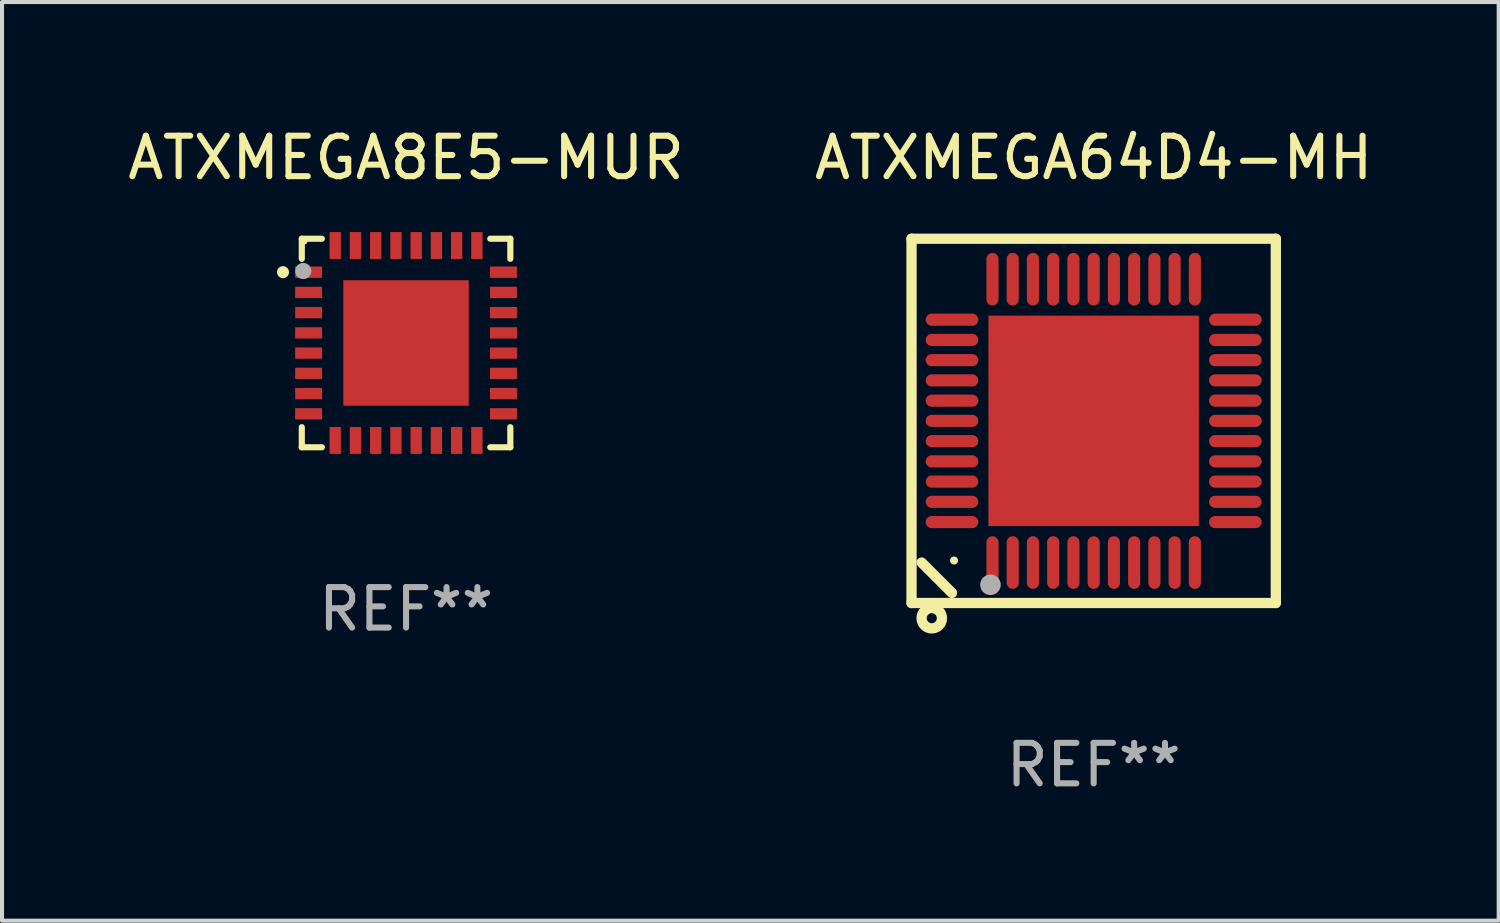
<source format=kicad_pcb>
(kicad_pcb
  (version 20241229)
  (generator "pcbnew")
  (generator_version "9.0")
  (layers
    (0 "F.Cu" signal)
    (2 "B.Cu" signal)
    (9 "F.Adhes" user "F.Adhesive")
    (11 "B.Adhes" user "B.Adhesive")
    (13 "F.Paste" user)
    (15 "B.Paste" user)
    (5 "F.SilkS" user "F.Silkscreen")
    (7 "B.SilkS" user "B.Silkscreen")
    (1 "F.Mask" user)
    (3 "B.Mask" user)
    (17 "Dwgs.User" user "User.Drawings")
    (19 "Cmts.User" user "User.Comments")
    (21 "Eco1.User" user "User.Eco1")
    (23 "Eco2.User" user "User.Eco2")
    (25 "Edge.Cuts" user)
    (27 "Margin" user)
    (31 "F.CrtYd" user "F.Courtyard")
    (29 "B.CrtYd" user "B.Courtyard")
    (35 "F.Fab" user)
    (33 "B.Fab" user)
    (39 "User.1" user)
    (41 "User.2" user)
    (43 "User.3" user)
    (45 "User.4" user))
  (footprint "ATXMEGA8E5-MUR"
    (layer "F.Cu")
    (at 6.982 5.424)
    (property "Reference" "ATXMEGA8E5-MUR" (at 0 -4.576 0) (layer "F.SilkS") (effects (font (size 1 1) (thickness 0.15))))
    (attr through_hole)
    (fp_line (start -2.576 -2.576) (end -2.576 -2.08) (stroke (width 0.152) (type solid)) (layer "F.SilkS"))
    (fp_line (start -2.576 2.576) (end -2.576 2.08) (stroke (width 0.152) (type solid)) (layer "F.SilkS"))
    (fp_line (start -2.08 -2.576) (end -2.576 -2.576) (stroke (width 0.152) (type solid)) (layer "F.SilkS"))
    (fp_line (start -2.08 2.576) (end -2.576 2.576) (stroke (width 0.152) (type solid)) (layer "F.SilkS"))
    (fp_line (start 2.08 -2.576) (end 2.576 -2.576) (stroke (width 0.152) (type solid)) (layer "F.SilkS"))
    (fp_line (start 2.08 2.576) (end 2.576 2.576) (stroke (width 0.152) (type solid)) (layer "F.SilkS"))
    (fp_line (start 2.576 -2.576) (end 2.576 -2.08) (stroke (width 0.152) (type solid)) (layer "F.SilkS"))
    (fp_line (start 2.576 2.576) (end 2.576 2.08) (stroke (width 0.152) (type solid)) (layer "F.SilkS"))
    (fp_circle (center -3.04 -1.75) (end -2.965 -1.75) (stroke (width 0.15) (type solid)) (fill no) (layer "F.SilkS"))
    (fp_circle (center -2.5 -2.5) (end -2.47 -2.5) (stroke (width 0.06) (type solid)) (fill no) (layer "F.SilkS"))
    (fp_circle (center -2.54 -1.778) (end -2.44 -1.778) (stroke (width 0.2) (type solid)) (fill no) (layer "F.Fab"))
    (fp_text user "REF**" (at 0 6.576 0) (layer "F.Fab") (effects (font (size 1 1) (thickness 0.15))))
    (pad "1" smd rect (at -2.407 -1.75) (size 0.665 0.28) (layers "F.Cu" "F.Mask" "F.Paste"))
    (pad "2" smd rect (at -2.407 -1.25) (size 0.665 0.28) (layers "F.Cu" "F.Mask" "F.Paste"))
    (pad "3" smd rect (at -2.407 -0.75) (size 0.665 0.28) (layers "F.Cu" "F.Mask" "F.Paste"))
    (pad "4" smd rect (at -2.407 -0.25) (size 0.665 0.28) (layers "F.Cu" "F.Mask" "F.Paste"))
    (pad "5" smd rect (at -2.407 0.25) (size 0.665 0.28) (layers "F.Cu" "F.Mask" "F.Paste"))
    (pad "6" smd rect (at -2.407 0.75) (size 0.665 0.28) (layers "F.Cu" "F.Mask" "F.Paste"))
    (pad "7" smd rect (at -2.407 1.25) (size 0.665 0.28) (layers "F.Cu" "F.Mask" "F.Paste"))
    (pad "8" smd rect (at -2.407 1.75) (size 0.665 0.28) (layers "F.Cu" "F.Mask" "F.Paste"))
    (pad "9" smd rect (at -1.75 2.407) (size 0.28 0.665) (layers "F.Cu" "F.Mask" "F.Paste"))
    (pad "10" smd rect (at -1.25 2.407) (size 0.28 0.665) (layers "F.Cu" "F.Mask" "F.Paste"))
    (pad "11" smd rect (at -0.75 2.407) (size 0.28 0.665) (layers "F.Cu" "F.Mask" "F.Paste"))
    (pad "12" smd rect (at -0.25 2.407) (size 0.28 0.665) (layers "F.Cu" "F.Mask" "F.Paste"))
    (pad "13" smd rect (at 0.25 2.407) (size 0.28 0.665) (layers "F.Cu" "F.Mask" "F.Paste"))
    (pad "14" smd rect (at 0.75 2.407) (size 0.28 0.665) (layers "F.Cu" "F.Mask" "F.Paste"))
    (pad "15" smd rect (at 1.25 2.407) (size 0.28 0.665) (layers "F.Cu" "F.Mask" "F.Paste"))
    (pad "16" smd rect (at 1.75 2.407) (size 0.28 0.665) (layers "F.Cu" "F.Mask" "F.Paste"))
    (pad "17" smd rect (at 2.407 1.75) (size 0.665 0.28) (layers "F.Cu" "F.Mask" "F.Paste"))
    (pad "18" smd rect (at 2.407 1.25) (size 0.665 0.28) (layers "F.Cu" "F.Mask" "F.Paste"))
    (pad "19" smd rect (at 2.407 0.75) (size 0.665 0.28) (layers "F.Cu" "F.Mask" "F.Paste"))
    (pad "20" smd rect (at 2.407 0.25) (size 0.665 0.28) (layers "F.Cu" "F.Mask" "F.Paste"))
    (pad "21" smd rect (at 2.407 -0.25) (size 0.665 0.28) (layers "F.Cu" "F.Mask" "F.Paste"))
    (pad "22" smd rect (at 2.407 -0.75) (size 0.665 0.28) (layers "F.Cu" "F.Mask" "F.Paste"))
    (pad "23" smd rect (at 2.407 -1.25) (size 0.665 0.28) (layers "F.Cu" "F.Mask" "F.Paste"))
    (pad "24" smd rect (at 2.407 -1.75) (size 0.665 0.28) (layers "F.Cu" "F.Mask" "F.Paste"))
    (pad "25" smd rect (at 1.75 -2.408) (size 0.28 0.665) (layers "F.Cu" "F.Mask" "F.Paste"))
    (pad "26" smd rect (at 1.25 -2.408) (size 0.28 0.665) (layers "F.Cu" "F.Mask" "F.Paste"))
    (pad "27" smd rect (at 0.75 -2.408) (size 0.28 0.665) (layers "F.Cu" "F.Mask" "F.Paste"))
    (pad "28" smd rect (at 0.25 -2.408) (size 0.28 0.665) (layers "F.Cu" "F.Mask" "F.Paste"))
    (pad "29" smd rect (at -0.25 -2.408) (size 0.28 0.665) (layers "F.Cu" "F.Mask" "F.Paste"))
    (pad "30" smd rect (at -0.75 -2.408) (size 0.28 0.665) (layers "F.Cu" "F.Mask" "F.Paste"))
    (pad "31" smd rect (at -1.25 -2.408) (size 0.28 0.665) (layers "F.Cu" "F.Mask" "F.Paste"))
    (pad "32" smd rect (at -1.75 -2.408) (size 0.28 0.665) (layers "F.Cu" "F.Mask" "F.Paste"))
    (pad "33" smd rect (at -0.000076 -0.000102) (size 3.1 3.1) (layers "F.Cu" "F.Mask" "F.Paste")))
  (footprint "ATXMEGA64D4-MH"
    (layer "F.Cu")
    (at 23.97 7.348)
    (property "Reference" "ATXMEGA64D4-MH" (at 0 -6.5 0) (layer "F.SilkS") (effects (font (size 1 1) (thickness 0.15))))
    (attr through_hole)
    (fp_line (start -4.5 -4.5) (end -4.5 4.5) (stroke (width 0.254) (type solid)) (layer "F.SilkS"))
    (fp_line (start -4.5 4.5) (end 4.5 4.5) (stroke (width 0.254) (type solid)) (layer "F.SilkS"))
    (fp_line (start -3.5 4.25) (end -4.25 3.5) (stroke (width 0.254) (type solid)) (layer "F.SilkS"))
    (fp_line (start 4.5 -4.5) (end -4.5 -4.5) (stroke (width 0.254) (type solid)) (layer "F.SilkS"))
    (fp_line (start 4.5 4.5) (end 4.5 -4.5) (stroke (width 0.254) (type solid)) (layer "F.SilkS"))
    (fp_circle (center -4 4.875) (end -3.875 4.875) (stroke (width 0.254) (type solid)) (fill no) (layer "F.SilkS"))
    (fp_circle (center -3.45 3.45) (end -3.4 3.45) (stroke (width 0.1) (type solid)) (fill no) (layer "F.SilkS"))
    (fp_circle (center -2.55 4.05) (end -2.423 4.05) (stroke (width 0.254) (type solid)) (fill no) (layer "F.Fab"))
    (fp_text user "REF**" (at 0 8.5 0) (layer "F.Fab") (effects (font (size 1 1) (thickness 0.15))))
    (pad "1" smd oval (at -2.5 3.5 90) (size 1.3 0.3) (layers "F.Cu" "F.Mask" "F.Paste"))
    (pad "2" smd oval (at -2 3.5 90) (size 1.3 0.3) (layers "F.Cu" "F.Mask" "F.Paste"))
    (pad "3" smd oval (at -1.5 3.5 90) (size 1.3 0.3) (layers "F.Cu" "F.Mask" "F.Paste"))
    (pad "4" smd oval (at -1 3.5 90) (size 1.3 0.3) (layers "F.Cu" "F.Mask" "F.Paste"))
    (pad "5" smd oval (at -0.5 3.5 90) (size 1.3 0.3) (layers "F.Cu" "F.Mask" "F.Paste"))
    (pad "6" smd oval (at 0.000025 3.5 90) (size 1.3 0.3) (layers "F.Cu" "F.Mask" "F.Paste"))
    (pad "7" smd oval (at 0.5 3.5 90) (size 1.3 0.3) (layers "F.Cu" "F.Mask" "F.Paste"))
    (pad "8" smd oval (at 1 3.5 90) (size 1.3 0.3) (layers "F.Cu" "F.Mask" "F.Paste"))
    (pad "9" smd oval (at 1.5 3.5 90) (size 1.3 0.3) (layers "F.Cu" "F.Mask" "F.Paste"))
    (pad "10" smd oval (at 2 3.5 90) (size 1.3 0.3) (layers "F.Cu" "F.Mask" "F.Paste"))
    (pad "11" smd oval (at 2.5 3.5 90) (size 1.3 0.3) (layers "F.Cu" "F.Mask" "F.Paste"))
    (pad "12" smd oval (at 3.5 2.5 90) (size 0.3 1.3) (layers "F.Cu" "F.Mask" "F.Paste"))
    (pad "13" smd oval (at 3.5 2 90) (size 0.3 1.3) (layers "F.Cu" "F.Mask" "F.Paste"))
    (pad "14" smd oval (at 3.5 1.5 90) (size 0.3 1.3) (layers "F.Cu" "F.Mask" "F.Paste"))
    (pad "15" smd oval (at 3.5 1 90) (size 0.3 1.3) (layers "F.Cu" "F.Mask" "F.Paste"))
    (pad "16" smd oval (at 3.5 0.5 90) (size 0.3 1.3) (layers "F.Cu" "F.Mask" "F.Paste"))
    (pad "17" smd oval (at 3.5 0.000025 90) (size 0.3 1.3) (layers "F.Cu" "F.Mask" "F.Paste"))
    (pad "18" smd oval (at 3.5 -0.5 90) (size 0.3 1.3) (layers "F.Cu" "F.Mask" "F.Paste"))
    (pad "19" smd oval (at 3.5 -1 90) (size 0.3 1.3) (layers "F.Cu" "F.Mask" "F.Paste"))
    (pad "20" smd oval (at 3.5 -1.5 90) (size 0.3 1.3) (layers "F.Cu" "F.Mask" "F.Paste"))
    (pad "21" smd oval (at 3.5 -2 90) (size 0.3 1.3) (layers "F.Cu" "F.Mask" "F.Paste"))
    (pad "22" smd oval (at 3.5 -2.5 90) (size 0.3 1.3) (layers "F.Cu" "F.Mask" "F.Paste"))
    (pad "23" smd oval (at 2.5 -3.5 90) (size 1.3 0.3) (layers "F.Cu" "F.Mask" "F.Paste"))
    (pad "24" smd oval (at 2 -3.5 90) (size 1.3 0.3) (layers "F.Cu" "F.Mask" "F.Paste"))
    (pad "25" smd oval (at 1.5 -3.5 90) (size 1.3 0.3) (layers "F.Cu" "F.Mask" "F.Paste"))
    (pad "26" smd oval (at 1 -3.5 90) (size 1.3 0.3) (layers "F.Cu" "F.Mask" "F.Paste"))
    (pad "27" smd oval (at 0.5 -3.5 90) (size 1.3 0.3) (layers "F.Cu" "F.Mask" "F.Paste"))
    (pad "28" smd oval (at 0.000025 -3.5 90) (size 1.3 0.3) (layers "F.Cu" "F.Mask" "F.Paste"))
    (pad "29" smd oval (at -0.5 -3.5 90) (size 1.3 0.3) (layers "F.Cu" "F.Mask" "F.Paste"))
    (pad "30" smd oval (at -1 -3.5 90) (size 1.3 0.3) (layers "F.Cu" "F.Mask" "F.Paste"))
    (pad "31" smd oval (at -1.5 -3.5 90) (size 1.3 0.3) (layers "F.Cu" "F.Mask" "F.Paste"))
    (pad "32" smd oval (at -2 -3.5 90) (size 1.3 0.3) (layers "F.Cu" "F.Mask" "F.Paste"))
    (pad "33" smd oval (at -2.5 -3.5 90) (size 1.3 0.3) (layers "F.Cu" "F.Mask" "F.Paste"))
    (pad "34" smd oval (at -3.5 -2.5 90) (size 0.3 1.3) (layers "F.Cu" "F.Mask" "F.Paste"))
    (pad "35" smd oval (at -3.5 -2 90) (size 0.3 1.3) (layers "F.Cu" "F.Mask" "F.Paste"))
    (pad "36" smd oval (at -3.5 -1.5 90) (size 0.3 1.3) (layers "F.Cu" "F.Mask" "F.Paste"))
    (pad "37" smd oval (at -3.5 -1 90) (size 0.3 1.3) (layers "F.Cu" "F.Mask" "F.Paste"))
    (pad "38" smd oval (at -3.5 -0.5 90) (size 0.3 1.3) (layers "F.Cu" "F.Mask" "F.Paste"))
    (pad "39" smd oval (at -3.5 0.000025 90) (size 0.3 1.3) (layers "F.Cu" "F.Mask" "F.Paste"))
    (pad "40" smd oval (at -3.5 0.5 90) (size 0.3 1.3) (layers "F.Cu" "F.Mask" "F.Paste"))
    (pad "41" smd oval (at -3.5 1 90) (size 0.3 1.3) (layers "F.Cu" "F.Mask" "F.Paste"))
    (pad "42" smd oval (at -3.5 1.5 90) (size 0.3 1.3) (layers "F.Cu" "F.Mask" "F.Paste"))
    (pad "43" smd oval (at -3.5 2 90) (size 0.3 1.3) (layers "F.Cu" "F.Mask" "F.Paste"))
    (pad "44" smd oval (at -3.5 2.5 90) (size 0.3 1.3) (layers "F.Cu" "F.Mask" "F.Paste"))
    (pad "45" smd rect (at 0.000025 0.000025 90) (size 5.2 5.2) (layers "F.Cu" "F.Mask" "F.Paste")))
  (gr_rect
    (start -3 -3)
    (end 33.976 19.697)
    (stroke (width 0.1) (type default))
    (fill no)
    (layer "Edge.Cuts")))
</source>
